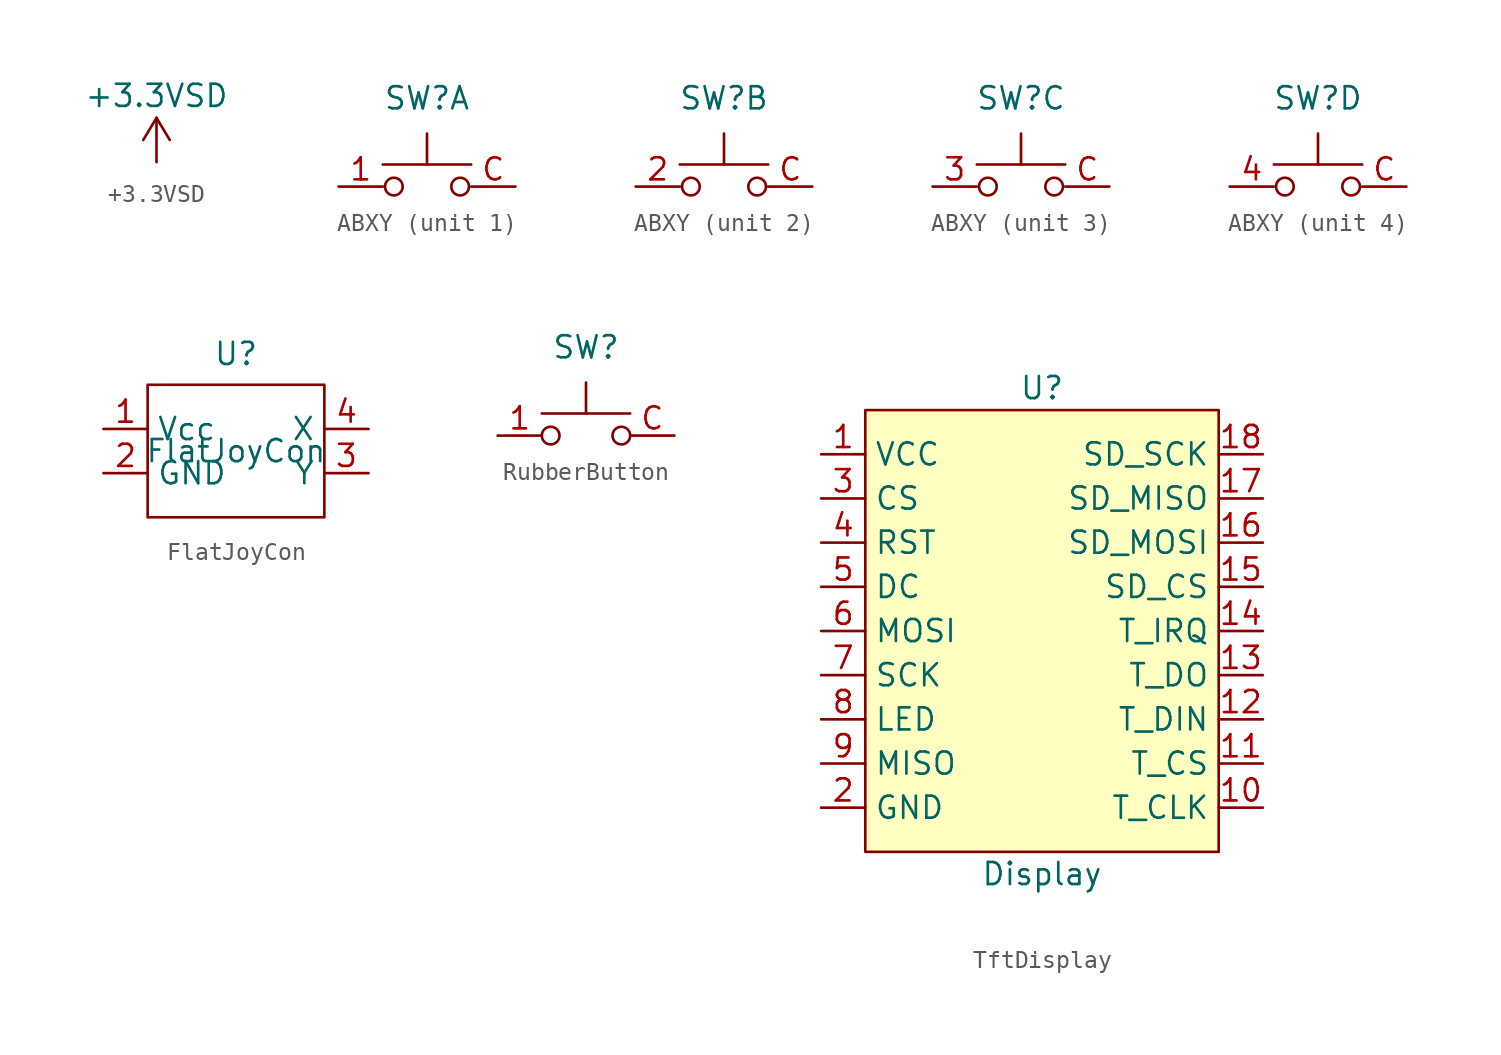
<source format=kicad_sym>
(kicad_symbol_lib
  (version 20231120)
  (generator "kicad_symbol_editor")
  (generator_version "8.0")
  (symbol "+3.3VSD"
    (power)
    (property "Reference" "+3.3VSD"
      (at 0 3.81 0)
      (effects (font (size 1.27 1.27)) (hide yes)))
    (property "Value" "+3.3VSD"
      (at 0 3.81 0)
      (effects (font (size 1.27 1.27))))
    (symbol "+3.3VSD_0_1"
      (polyline (pts (xy -0.762 1.27) (xy 0 2.54)) (stroke (width 0) (type default)) (fill (type none)))
      (polyline (pts (xy 0 0) (xy 0 2.54)) (stroke (width 0) (type default)) (fill (type none)))
      (polyline (pts (xy 0 2.54) (xy 0.762 1.27)) (stroke (width 0) (type default)) (fill (type none))))
    (symbol "+3.3VSD_1_1"
      (pin power_in line (at 0 0 90) (length 0) hide (name "+3.3VSD" (effects (font (size 1.27 1.27)))) (number "1" (effects (font (size 1.27 1.27)))))))
  (symbol "ABXY"
    (pin_names hide)
    (property "Reference" "SW"
      (at 0 5.08 0)
      (effects (font (size 1.27 1.27))))
    (property "Value" ""
      (at 0 0 0)
      (effects (font (size 1.27 1.27))))
    (symbol "ABXY_0_1"
      (circle (center -1.905 0) (radius 0.508) (stroke (width 0) (type default)) (fill (type none)))
      (polyline (pts (xy 0 1.27) (xy 0 3.048)) (stroke (width 0) (type default)) (fill (type none)))
      (polyline (pts (xy 2.54 1.27) (xy -2.54 1.27)) (stroke (width 0) (type default)) (fill (type none)))
      (circle (center 1.905 0) (radius 0.508) (stroke (width 0) (type default)) (fill (type none)))
      (pin passive line (at 5.08 0 180) (length 2.54) (name "C" (effects (font (size 1.27 1.27)))) (number "C" (effects (font (size 1.27 1.27))))))
    (symbol "ABXY_1_1"
      (pin passive line (at -5.08 0 0) (length 2.54) (name "2" (effects (font (size 1.27 1.27)))) (number "1" (effects (font (size 1.27 1.27))))))
    (symbol "ABXY_2_1"
      (pin passive line (at -5.08 0 0) (length 2.54) (name "2" (effects (font (size 1.27 1.27)))) (number "2" (effects (font (size 1.27 1.27))))))
    (symbol "ABXY_3_1"
      (pin passive line (at -5.08 0 0) (length 2.54) (name "3" (effects (font (size 1.27 1.27)))) (number "3" (effects (font (size 1.27 1.27))))))
    (symbol "ABXY_4_1"
      (pin passive line (at -5.08 0 0) (length 2.54) (name "4" (effects (font (size 1.27 1.27)))) (number "4" (effects (font (size 1.27 1.27)))))))
  (symbol "FlatJoyCon"
    (property "Reference" "U"
      (at 0 5.588 0)
      (effects (font (size 1.27 1.27))))
    (property "Value" "FlatJoyCon"
      (at 0 0 0)
      (effects (font (size 1.27 1.27))))
    (symbol "FlatJoyCon_0_1"
      (rectangle (start -5.08 3.81) (end 5.08 -3.81) (stroke (width 0) (type default)) (fill (type none))))
    (symbol "FlatJoyCon_1_1"
      (pin power_in line (at -7.62 1.27 0) (length 2.54) (name "Vcc" (effects (font (size 1.27 1.27)))) (number "1" (effects (font (size 1.27 1.27)))))
      (pin power_in line (at -7.62 -1.27 0) (length 2.54) (name "GND" (effects (font (size 1.27 1.27)))) (number "2" (effects (font (size 1.27 1.27)))))
      (pin output line (at 7.62 -1.27 180) (length 2.54) (name "Y" (effects (font (size 1.27 1.27)))) (number "3" (effects (font (size 1.27 1.27)))))
      (pin output line (at 7.62 1.27 180) (length 2.54) (name "X" (effects (font (size 1.27 1.27)))) (number "4" (effects (font (size 1.27 1.27)))))))
  (symbol "RubberButton"
    (pin_names hide)
    (property "Reference" "SW"
      (at 0 5.08 0)
      (effects (font (size 1.27 1.27))))
    (property "Value" ""
      (at 0 0 0)
      (effects (font (size 1.27 1.27))))
    (symbol "RubberButton_0_1"
      (circle (center -2.032 0) (radius 0.508) (stroke (width 0) (type default)) (fill (type none)))
      (polyline (pts (xy 0 1.27) (xy 0 3.048)) (stroke (width 0) (type default)) (fill (type none)))
      (polyline (pts (xy 2.54 1.27) (xy -2.54 1.27)) (stroke (width 0) (type default)) (fill (type none)))
      (circle (center 2.032 0) (radius 0.508) (stroke (width 0) (type default)) (fill (type none))))
    (symbol "RubberButton_1_1"
      (pin passive line (at -5.08 0 0) (length 2.54) (name "1" (effects (font (size 1.27 1.27)))) (number "1" (effects (font (size 1.27 1.27)))))
      (pin passive line (at 5.08 0 180) (length 2.54) (name "C" (effects (font (size 1.27 1.27)))) (number "C" (effects (font (size 1.27 1.27)))))))
  (symbol "TftDisplay"
    (property "Reference" "U"
      (at 0 13.97 0)
      (effects (font (size 1.27 1.27))))
    (property "Value" "Display"
      (at 0 -13.97 0)
      (effects (font (size 1.27 1.27))))
    (symbol "TftDisplay_1_1"
      (rectangle (start -10.16 12.7) (end 10.16 -12.7) (stroke (width 0) (type default)) (fill (type background)))
      (pin power_in line (at -12.7 10.16 0) (length 2.54) (name "VCC" (effects (font (size 1.27 1.27)))) (number "1" (effects (font (size 1.27 1.27)))))
      (pin input line (at 12.7 -10.16 180) (length 2.54) (name "T_CLK" (effects (font (size 1.27 1.27)))) (number "10" (effects (font (size 1.27 1.27)))))
      (pin input line (at 12.7 -7.62 180) (length 2.54) (name "T_CS" (effects (font (size 1.27 1.27)))) (number "11" (effects (font (size 1.27 1.27)))))
      (pin input line (at 12.7 -5.08 180) (length 2.54) (name "T_DIN" (effects (font (size 1.27 1.27)))) (number "12" (effects (font (size 1.27 1.27)))))
      (pin output line (at 12.7 -2.54 180) (length 2.54) (name "T_DO" (effects (font (size 1.27 1.27)))) (number "13" (effects (font (size 1.27 1.27)))))
      (pin output line (at 12.7 0 180) (length 2.54) (name "T_IRQ" (effects (font (size 1.27 1.27)))) (number "14" (effects (font (size 1.27 1.27)))))
      (pin input line (at 12.7 2.54 180) (length 2.54) (name "SD_CS" (effects (font (size 1.27 1.27)))) (number "15" (effects (font (size 1.27 1.27)))))
      (pin input line (at 12.7 5.08 180) (length 2.54) (name "SD_MOSI" (effects (font (size 1.27 1.27)))) (number "16" (effects (font (size 1.27 1.27)))))
      (pin output line (at 12.7 7.62 180) (length 2.54) (name "SD_MISO" (effects (font (size 1.27 1.27)))) (number "17" (effects (font (size 1.27 1.27)))))
      (pin input line (at 12.7 10.16 180) (length 2.54) (name "SD_SCK" (effects (font (size 1.27 1.27)))) (number "18" (effects (font (size 1.27 1.27)))))
      (pin power_in line (at -12.7 -10.16 0) (length 2.54) (name "GND" (effects (font (size 1.27 1.27)))) (number "2" (effects (font (size 1.27 1.27)))))
      (pin input line (at -12.7 7.62 0) (length 2.54) (name "CS" (effects (font (size 1.27 1.27)))) (number "3" (effects (font (size 1.27 1.27)))))
      (pin input line (at -12.7 5.08 0) (length 2.54) (name "RST" (effects (font (size 1.27 1.27)))) (number "4" (effects (font (size 1.27 1.27)))))
      (pin input line (at -12.7 2.54 0) (length 2.54) (name "DC" (effects (font (size 1.27 1.27)))) (number "5" (effects (font (size 1.27 1.27)))))
      (pin input line (at -12.7 0 0) (length 2.54) (name "MOSI" (effects (font (size 1.27 1.27)))) (number "6" (effects (font (size 1.27 1.27)))))
      (pin input line (at -12.7 -2.54 0) (length 2.54) (name "SCK" (effects (font (size 1.27 1.27)))) (number "7" (effects (font (size 1.27 1.27)))))
      (pin input line (at -12.7 -5.08 0) (length 2.54) (name "LED" (effects (font (size 1.27 1.27)))) (number "8" (effects (font (size 1.27 1.27)))))
      (pin output line (at -12.7 -7.62 0) (length 2.54) (name "MISO" (effects (font (size 1.27 1.27)))) (number "9" (effects (font (size 1.27 1.27))))))))
</source>
